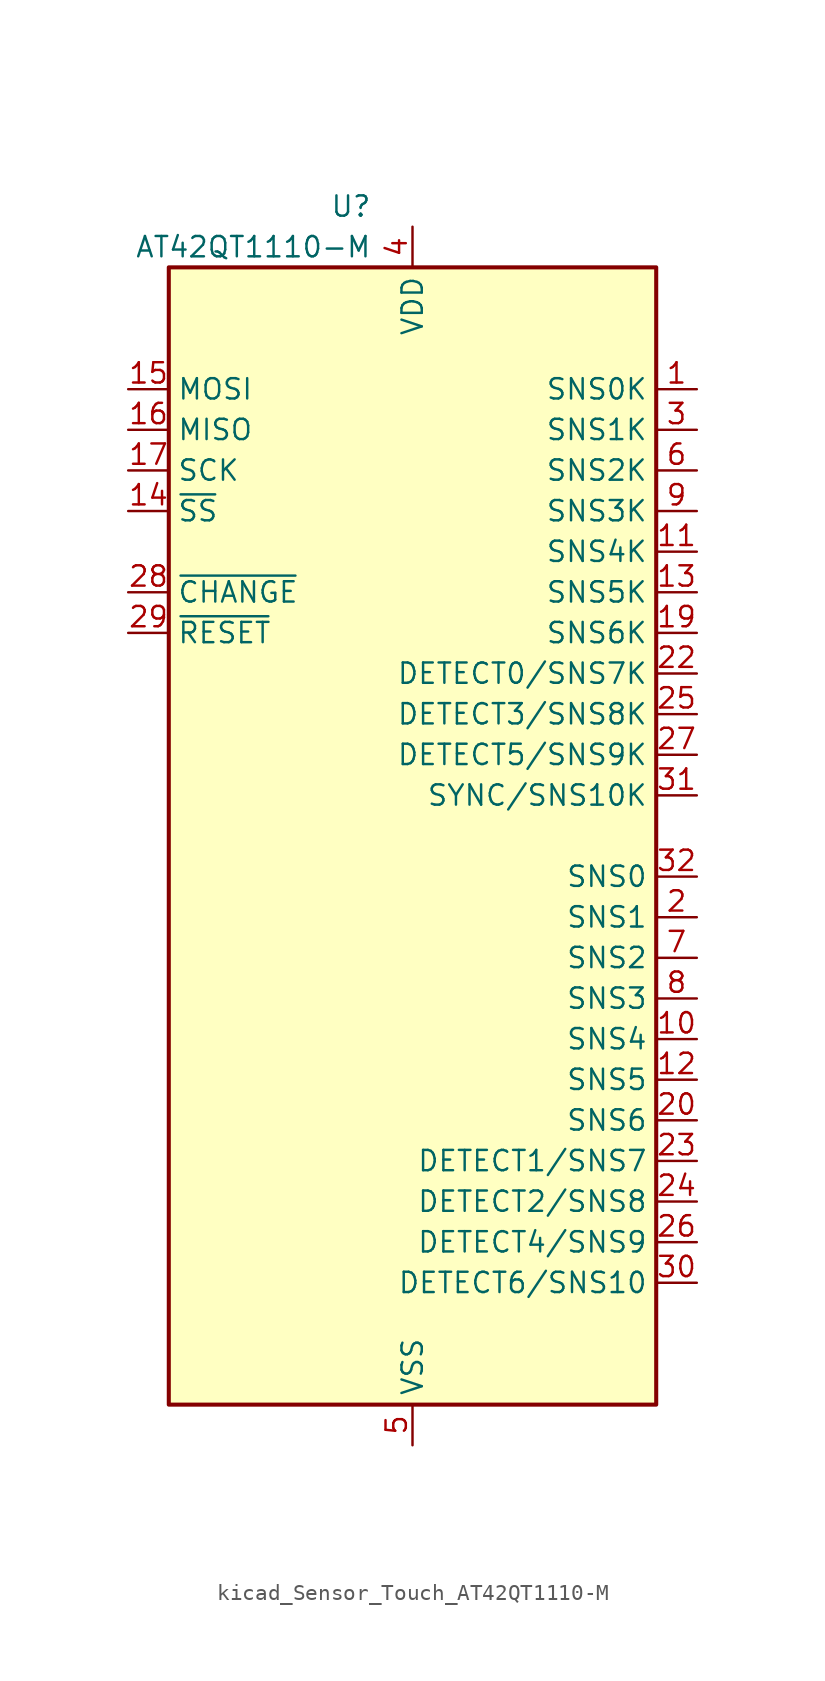
<source format=kicad_sym>
(kicad_symbol_lib
  (version 20220914)
  (generator kicad_symbol_editor)
  (symbol "kicad_Sensor_Touch_AT42QT1110-M"
    (property "Reference" "U"
      (at -2.54 39.37 0)
      (effects (font (size 1.27 1.27)) (justify right)))
    (property "Value" "AT42QT1110-M"
      (at -2.54 36.83 0)
      (effects (font (size 1.27 1.27)) (justify right)))
    (symbol "kicad_Sensor_Touch_AT42QT1110-M_0_1"
      (rectangle (start -15.24 35.56) (end 15.24 -35.56) (stroke (width 0.254) (type default)) (fill (type background))))
    (symbol "kicad_Sensor_Touch_AT42QT1110-M_1_1"
      (pin passive line (at 17.78 27.94 180) (length 2.54) (name "SNS0K" (effects (font (size 1.27 1.27)))) (number "1" (effects (font (size 1.27 1.27)))))
      (pin passive line (at 17.78 -12.7 180) (length 2.54) (name "SNS4" (effects (font (size 1.27 1.27)))) (number "10" (effects (font (size 1.27 1.27)))))
      (pin passive line (at 17.78 17.78 180) (length 2.54) (name "SNS4K" (effects (font (size 1.27 1.27)))) (number "11" (effects (font (size 1.27 1.27)))))
      (pin passive line (at 17.78 -15.24 180) (length 2.54) (name "SNS5" (effects (font (size 1.27 1.27)))) (number "12" (effects (font (size 1.27 1.27)))))
      (pin passive line (at 17.78 15.24 180) (length 2.54) (name "SNS5K" (effects (font (size 1.27 1.27)))) (number "13" (effects (font (size 1.27 1.27)))))
      (pin input line (at -17.78 20.32 0) (length 2.54) (name "~{SS}" (effects (font (size 1.27 1.27)))) (number "14" (effects (font (size 1.27 1.27)))))
      (pin input line (at -17.78 27.94 0) (length 2.54) (name "MOSI" (effects (font (size 1.27 1.27)))) (number "15" (effects (font (size 1.27 1.27)))))
      (pin output line (at -17.78 25.4 0) (length 2.54) (name "MISO" (effects (font (size 1.27 1.27)))) (number "16" (effects (font (size 1.27 1.27)))))
      (pin input line (at -17.78 22.86 0) (length 2.54) (name "SCK" (effects (font (size 1.27 1.27)))) (number "17" (effects (font (size 1.27 1.27)))))
      (pin passive line (at 0 38.1 270) (length 2.54) hide (name "VDD" (effects (font (size 1.27 1.27)))) (number "18" (effects (font (size 1.27 1.27)))))
      (pin passive line (at 17.78 12.7 180) (length 2.54) (name "SNS6K" (effects (font (size 1.27 1.27)))) (number "19" (effects (font (size 1.27 1.27)))))
      (pin passive line (at 17.78 -5.08 180) (length 2.54) (name "SNS1" (effects (font (size 1.27 1.27)))) (number "2" (effects (font (size 1.27 1.27)))))
      (pin passive line (at 17.78 -17.78 180) (length 2.54) (name "SNS6" (effects (font (size 1.27 1.27)))) (number "20" (effects (font (size 1.27 1.27)))))
      (pin passive line (at 0 -38.1 90) (length 2.54) hide (name "VSS" (effects (font (size 1.27 1.27)))) (number "21" (effects (font (size 1.27 1.27)))))
      (pin bidirectional line (at 17.78 10.16 180) (length 2.54) (name "DETECT0/SNS7K" (effects (font (size 1.27 1.27)))) (number "22" (effects (font (size 1.27 1.27)))))
      (pin bidirectional line (at 17.78 -20.32 180) (length 2.54) (name "DETECT1/SNS7" (effects (font (size 1.27 1.27)))) (number "23" (effects (font (size 1.27 1.27)))))
      (pin bidirectional line (at 17.78 -22.86 180) (length 2.54) (name "DETECT2/SNS8" (effects (font (size 1.27 1.27)))) (number "24" (effects (font (size 1.27 1.27)))))
      (pin bidirectional line (at 17.78 7.62 180) (length 2.54) (name "DETECT3/SNS8K" (effects (font (size 1.27 1.27)))) (number "25" (effects (font (size 1.27 1.27)))))
      (pin bidirectional line (at 17.78 -25.4 180) (length 2.54) (name "DETECT4/SNS9" (effects (font (size 1.27 1.27)))) (number "26" (effects (font (size 1.27 1.27)))))
      (pin bidirectional line (at 17.78 5.08 180) (length 2.54) (name "DETECT5/SNS9K" (effects (font (size 1.27 1.27)))) (number "27" (effects (font (size 1.27 1.27)))))
      (pin open_collector line (at -17.78 15.24 0) (length 2.54) (name "~{CHANGE}" (effects (font (size 1.27 1.27)))) (number "28" (effects (font (size 1.27 1.27)))))
      (pin input line (at -17.78 12.7 0) (length 2.54) (name "~{RESET}" (effects (font (size 1.27 1.27)))) (number "29" (effects (font (size 1.27 1.27)))))
      (pin passive line (at 17.78 25.4 180) (length 2.54) (name "SNS1K" (effects (font (size 1.27 1.27)))) (number "3" (effects (font (size 1.27 1.27)))))
      (pin bidirectional line (at 17.78 -27.94 180) (length 2.54) (name "DETECT6/SNS10" (effects (font (size 1.27 1.27)))) (number "30" (effects (font (size 1.27 1.27)))))
      (pin bidirectional line (at 17.78 2.54 180) (length 2.54) (name "SYNC/SNS10K" (effects (font (size 1.27 1.27)))) (number "31" (effects (font (size 1.27 1.27)))))
      (pin passive line (at 17.78 -2.54 180) (length 2.54) (name "SNS0" (effects (font (size 1.27 1.27)))) (number "32" (effects (font (size 1.27 1.27)))))
      (pin passive line (at 0 -38.1 90) (length 2.54) hide (name "VSS" (effects (font (size 1.27 1.27)))) (number "33" (effects (font (size 1.27 1.27)))))
      (pin power_in line (at 0 38.1 270) (length 2.54) (name "VDD" (effects (font (size 1.27 1.27)))) (number "4" (effects (font (size 1.27 1.27)))))
      (pin power_in line (at 0 -38.1 90) (length 2.54) (name "VSS" (effects (font (size 1.27 1.27)))) (number "5" (effects (font (size 1.27 1.27)))))
      (pin passive line (at 17.78 22.86 180) (length 2.54) (name "SNS2K" (effects (font (size 1.27 1.27)))) (number "6" (effects (font (size 1.27 1.27)))))
      (pin passive line (at 17.78 -7.62 180) (length 2.54) (name "SNS2" (effects (font (size 1.27 1.27)))) (number "7" (effects (font (size 1.27 1.27)))))
      (pin passive line (at 17.78 -10.16 180) (length 2.54) (name "SNS3" (effects (font (size 1.27 1.27)))) (number "8" (effects (font (size 1.27 1.27)))))
      (pin passive line (at 17.78 20.32 180) (length 2.54) (name "SNS3K" (effects (font (size 1.27 1.27)))) (number "9" (effects (font (size 1.27 1.27))))))))
</source>
